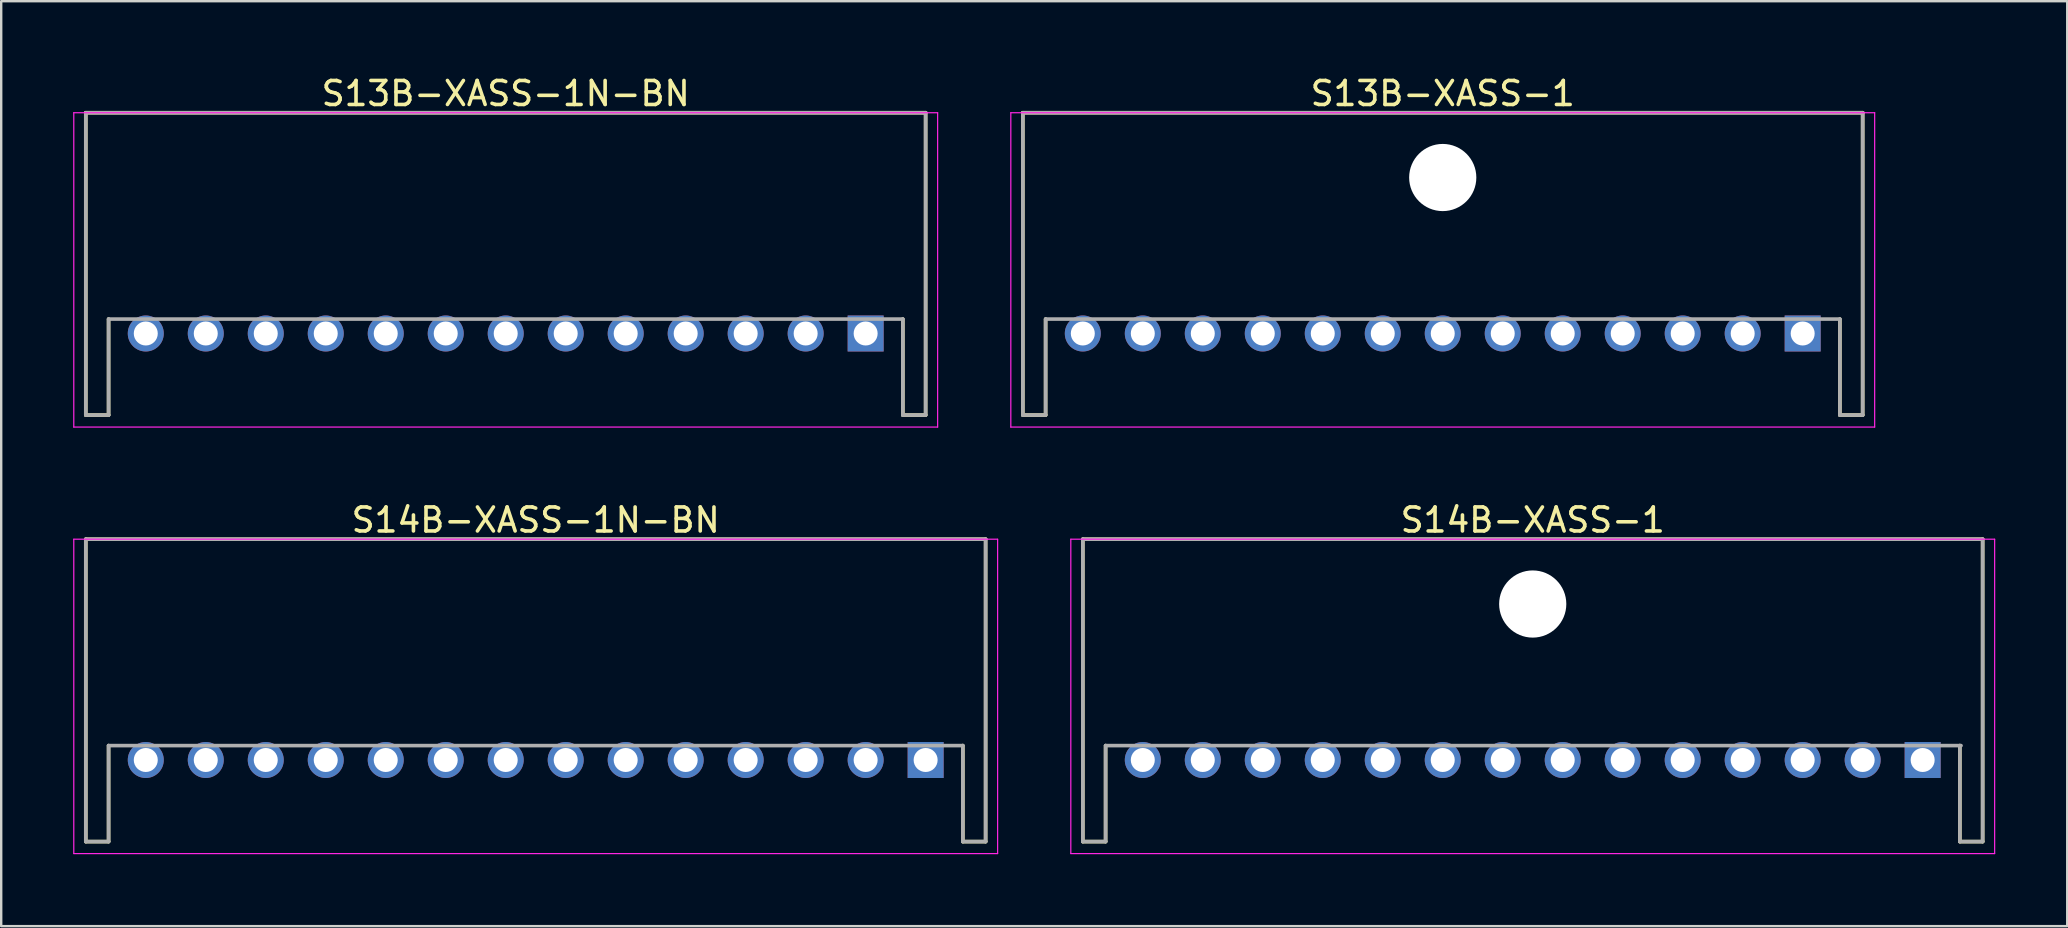
<source format=kicad_pcb>
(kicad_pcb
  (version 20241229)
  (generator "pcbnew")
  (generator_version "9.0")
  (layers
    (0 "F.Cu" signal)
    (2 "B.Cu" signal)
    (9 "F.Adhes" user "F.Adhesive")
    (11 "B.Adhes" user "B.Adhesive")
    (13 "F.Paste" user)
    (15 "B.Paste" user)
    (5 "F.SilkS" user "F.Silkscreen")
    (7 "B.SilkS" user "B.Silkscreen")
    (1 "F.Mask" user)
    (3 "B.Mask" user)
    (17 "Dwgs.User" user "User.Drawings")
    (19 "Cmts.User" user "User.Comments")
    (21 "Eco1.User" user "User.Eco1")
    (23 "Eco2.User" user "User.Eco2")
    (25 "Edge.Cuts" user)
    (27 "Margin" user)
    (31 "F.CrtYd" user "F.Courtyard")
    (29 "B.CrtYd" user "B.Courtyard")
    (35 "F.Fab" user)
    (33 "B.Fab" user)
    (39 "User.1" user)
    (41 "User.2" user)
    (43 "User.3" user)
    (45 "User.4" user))
  (footprint "S14B-XASS-1N-BN"
    (layer "F.Cu")
    (at 19.275 28.622)
    (property "Reference" "S14B-XASS-1N-BN" (at 0 -10 0) (layer "F.SilkS") (effects (font (size 1 1) (thickness 0.15))))
    (attr smd)
    (fp_line (start -18.75 -9.2) (end -18.75 3.4) (stroke (width 0.15) (type solid)) (layer "F.SilkS"))
    (fp_line (start -18.75 -9.2) (end 18.75 -9.2) (stroke (width 0.15) (type solid)) (layer "F.SilkS"))
    (fp_line (start -18.75 3.4) (end -17.8 3.4) (stroke (width 0.15) (type solid)) (layer "F.SilkS"))
    (fp_line (start -17.8 -0.6) (end -17.8 3.4) (stroke (width 0.15) (type solid)) (layer "F.SilkS"))
    (fp_line (start 17.8 -0.6) (end 17.8 3.4) (stroke (width 0.15) (type solid)) (layer "F.SilkS"))
    (fp_line (start 17.8 3.4) (end 18.75 3.4) (stroke (width 0.15) (type solid)) (layer "F.SilkS"))
    (fp_line (start 18.75 -9.2) (end 18.75 3.4) (stroke (width 0.15) (type solid)) (layer "F.SilkS"))
    (fp_line (start -19.25 -9.2) (end -19.25 3.9) (stroke (width 0.05) (type solid)) (layer "F.CrtYd"))
    (fp_line (start -19.25 -9.2) (end 19.25 -9.2) (stroke (width 0.05) (type solid)) (layer "F.CrtYd"))
    (fp_line (start -19.25 3.9) (end 19.25 3.9) (stroke (width 0.05) (type solid)) (layer "F.CrtYd"))
    (fp_line (start 19.25 -9.2) (end 19.25 3.9) (stroke (width 0.05) (type solid)) (layer "F.CrtYd"))
    (fp_line (start -18.75 -9.2) (end -18.75 3.4) (stroke (width 0.15) (type solid)) (layer "F.Fab"))
    (fp_line (start -18.75 -9.2) (end 18.75 -9.2) (stroke (width 0.15) (type solid)) (layer "F.Fab"))
    (fp_line (start -18.75 3.4) (end -17.8 3.4) (stroke (width 0.15) (type solid)) (layer "F.Fab"))
    (fp_line (start -17.8 -0.6) (end -17.8 3.4) (stroke (width 0.15) (type solid)) (layer "F.Fab"))
    (fp_line (start -17.8 -0.6) (end 17.8 -0.6) (stroke (width 0.15) (type solid)) (layer "F.Fab"))
    (fp_line (start 17.8 -0.6) (end 17.8 3.4) (stroke (width 0.15) (type solid)) (layer "F.Fab"))
    (fp_line (start 17.8 3.4) (end 18.75 3.4) (stroke (width 0.15) (type solid)) (layer "F.Fab"))
    (fp_line (start 18.75 -9.2) (end 18.75 3.4) (stroke (width 0.15) (type solid)) (layer "F.Fab"))
    (pad "1" thru_hole rect (at 16.25 0 180) (size 1.5 1.5) (drill 1) (layers "*.Cu" "*.Mask"))
    (pad "2" thru_hole circle (at 13.75 0 180) (size 1.5 1.5) (drill 1) (layers "*.Cu" "*.Mask"))
    (pad "3" thru_hole circle (at 11.25 0 180) (size 1.5 1.5) (drill 1) (layers "*.Cu" "*.Mask"))
    (pad "4" thru_hole circle (at 8.75 0 180) (size 1.5 1.5) (drill 1) (layers "*.Cu" "*.Mask"))
    (pad "5" thru_hole circle (at 6.25 0 180) (size 1.5 1.5) (drill 1) (layers "*.Cu" "*.Mask"))
    (pad "6" thru_hole circle (at 3.75 0 180) (size 1.5 1.5) (drill 1) (layers "*.Cu" "*.Mask"))
    (pad "7" thru_hole circle (at 1.25 0 180) (size 1.5 1.5) (drill 1) (layers "*.Cu" "*.Mask"))
    (pad "8" thru_hole circle (at -1.25 0 180) (size 1.5 1.5) (drill 1) (layers "*.Cu" "*.Mask"))
    (pad "9" thru_hole circle (at -3.75 0 180) (size 1.5 1.5) (drill 1) (layers "*.Cu" "*.Mask"))
    (pad "10" thru_hole circle (at -6.25 0 180) (size 1.5 1.5) (drill 1) (layers "*.Cu" "*.Mask"))
    (pad "11" thru_hole circle (at -8.75 0 180) (size 1.5 1.5) (drill 1) (layers "*.Cu" "*.Mask"))
    (pad "12" thru_hole circle (at -11.25 0 180) (size 1.5 1.5) (drill 1) (layers "*.Cu" "*.Mask"))
    (pad "13" thru_hole circle (at -13.75 0 180) (size 1.5 1.5) (drill 1) (layers "*.Cu" "*.Mask"))
    (pad "14" thru_hole circle (at -16.25 0 180) (size 1.5 1.5) (drill 1) (layers "*.Cu" "*.Mask")))
  (footprint "S14B-XASS-1"
    (layer "F.Cu")
    (at 60.825 28.622)
    (property "Reference" "S14B-XASS-1" (at 0 -10 0) (layer "F.SilkS") (effects (font (size 1 1) (thickness 0.15))))
    (attr smd)
    (fp_line (start -18.75 -9.2) (end -18.75 3.4) (stroke (width 0.15) (type solid)) (layer "F.SilkS"))
    (fp_line (start -18.75 -9.2) (end 18.75 -9.2) (stroke (width 0.15) (type solid)) (layer "F.SilkS"))
    (fp_line (start -18.75 3.4) (end -17.8 3.4) (stroke (width 0.15) (type solid)) (layer "F.SilkS"))
    (fp_line (start -17.8 -0.6) (end -17.8 3.4) (stroke (width 0.15) (type solid)) (layer "F.SilkS"))
    (fp_line (start 17.8 -0.6) (end 17.8 3.4) (stroke (width 0.15) (type solid)) (layer "F.SilkS"))
    (fp_line (start 17.8 3.4) (end 18.75 3.4) (stroke (width 0.15) (type solid)) (layer "F.SilkS"))
    (fp_line (start 18.75 -9.2) (end 18.75 3.4) (stroke (width 0.15) (type solid)) (layer "F.SilkS"))
    (fp_line (start -19.25 -9.2) (end -19.25 3.9) (stroke (width 0.05) (type solid)) (layer "F.CrtYd"))
    (fp_line (start -19.25 -9.2) (end 19.25 -9.2) (stroke (width 0.05) (type solid)) (layer "F.CrtYd"))
    (fp_line (start -19.25 3.9) (end 19.25 3.9) (stroke (width 0.05) (type solid)) (layer "F.CrtYd"))
    (fp_line (start 19.25 -9.2) (end 19.25 3.9) (stroke (width 0.05) (type solid)) (layer "F.CrtYd"))
    (fp_line (start -18.75 -9.2) (end -18.75 3.4) (stroke (width 0.15) (type solid)) (layer "F.Fab"))
    (fp_line (start -18.75 -9.2) (end 18.75 -9.2) (stroke (width 0.15) (type solid)) (layer "F.Fab"))
    (fp_line (start -18.75 3.4) (end -17.8 3.4) (stroke (width 0.15) (type solid)) (layer "F.Fab"))
    (fp_line (start -17.8 -0.6) (end -17.8 3.4) (stroke (width 0.15) (type solid)) (layer "F.Fab"))
    (fp_line (start -17.8 -0.6) (end 17.85 -0.6) (stroke (width 0.15) (type solid)) (layer "F.Fab"))
    (fp_line (start 17.8 -0.6) (end 17.8 3.4) (stroke (width 0.15) (type solid)) (layer "F.Fab"))
    (fp_line (start 17.8 3.4) (end 18.75 3.4) (stroke (width 0.15) (type solid)) (layer "F.Fab"))
    (fp_line (start 18.75 -9.2) (end 18.75 3.4) (stroke (width 0.15) (type solid)) (layer "F.Fab"))
    (pad "" np_thru_hole circle (at 0 -6.5) (size 2.8 2.8) (drill 2.8) (layers "*.Cu" "*.Mask"))
    (pad "1" thru_hole rect (at 16.25 0 180) (size 1.5 1.5) (drill 1) (layers "*.Cu" "*.Mask"))
    (pad "2" thru_hole circle (at 13.75 0 180) (size 1.5 1.5) (drill 1) (layers "*.Cu" "*.Mask"))
    (pad "3" thru_hole circle (at 11.25 0 180) (size 1.5 1.5) (drill 1) (layers "*.Cu" "*.Mask"))
    (pad "4" thru_hole circle (at 8.75 0 180) (size 1.5 1.5) (drill 1) (layers "*.Cu" "*.Mask"))
    (pad "5" thru_hole circle (at 6.25 0 180) (size 1.5 1.5) (drill 1) (layers "*.Cu" "*.Mask"))
    (pad "6" thru_hole circle (at 3.75 0 180) (size 1.5 1.5) (drill 1) (layers "*.Cu" "*.Mask"))
    (pad "7" thru_hole circle (at 1.25 0 180) (size 1.5 1.5) (drill 1) (layers "*.Cu" "*.Mask"))
    (pad "8" thru_hole circle (at -1.25 0 180) (size 1.5 1.5) (drill 1) (layers "*.Cu" "*.Mask"))
    (pad "9" thru_hole circle (at -3.75 0 180) (size 1.5 1.5) (drill 1) (layers "*.Cu" "*.Mask"))
    (pad "10" thru_hole circle (at -6.25 0 180) (size 1.5 1.5) (drill 1) (layers "*.Cu" "*.Mask"))
    (pad "11" thru_hole circle (at -8.75 0 180) (size 1.5 1.5) (drill 1) (layers "*.Cu" "*.Mask"))
    (pad "12" thru_hole circle (at -11.25 0 180) (size 1.5 1.5) (drill 1) (layers "*.Cu" "*.Mask"))
    (pad "13" thru_hole circle (at -13.75 0 180) (size 1.5 1.5) (drill 1) (layers "*.Cu" "*.Mask"))
    (pad "14" thru_hole circle (at -16.25 0 180) (size 1.5 1.5) (drill 1) (layers "*.Cu" "*.Mask")))
  (footprint "S13B-XASS-1"
    (layer "F.Cu")
    (at 57.075 10.848)
    (property "Reference" "S13B-XASS-1" (at 0 -10 0) (layer "F.SilkS") (effects (font (size 1 1) (thickness 0.15))))
    (attr smd)
    (fp_line (start -17.5 -9.2) (end -17.5 3.4) (stroke (width 0.15) (type solid)) (layer "F.SilkS"))
    (fp_line (start -17.5 -9.2) (end 17.5 -9.2) (stroke (width 0.15) (type solid)) (layer "F.SilkS"))
    (fp_line (start -17.5 3.4) (end -16.55 3.4) (stroke (width 0.15) (type solid)) (layer "F.SilkS"))
    (fp_line (start -16.55 -0.6) (end -16.55 3.4) (stroke (width 0.15) (type solid)) (layer "F.SilkS"))
    (fp_line (start 16.55 -0.6) (end 16.55 3.4) (stroke (width 0.15) (type solid)) (layer "F.SilkS"))
    (fp_line (start 16.55 3.4) (end 17.5 3.4) (stroke (width 0.15) (type solid)) (layer "F.SilkS"))
    (fp_line (start 17.5 -9.2) (end 17.5 3.4) (stroke (width 0.15) (type solid)) (layer "F.SilkS"))
    (fp_line (start -18 -9.2) (end -18 3.9) (stroke (width 0.05) (type solid)) (layer "F.CrtYd"))
    (fp_line (start -18 -9.2) (end 18 -9.2) (stroke (width 0.05) (type solid)) (layer "F.CrtYd"))
    (fp_line (start -18 3.9) (end 18 3.9) (stroke (width 0.05) (type solid)) (layer "F.CrtYd"))
    (fp_line (start 18 -9.2) (end 18 3.9) (stroke (width 0.05) (type solid)) (layer "F.CrtYd"))
    (fp_line (start -17.5 -9.2) (end -17.5 3.4) (stroke (width 0.15) (type solid)) (layer "F.Fab"))
    (fp_line (start -17.5 -9.2) (end 17.5 -9.2) (stroke (width 0.15) (type solid)) (layer "F.Fab"))
    (fp_line (start -17.5 3.4) (end -16.55 3.4) (stroke (width 0.15) (type solid)) (layer "F.Fab"))
    (fp_line (start -16.55 -0.6) (end -16.55 3.4) (stroke (width 0.15) (type solid)) (layer "F.Fab"))
    (fp_line (start -16.55 -0.6) (end 16.55 -0.6) (stroke (width 0.15) (type solid)) (layer "F.Fab"))
    (fp_line (start 16.55 -0.6) (end 16.55 3.4) (stroke (width 0.15) (type solid)) (layer "F.Fab"))
    (fp_line (start 16.55 3.4) (end 17.5 3.4) (stroke (width 0.15) (type solid)) (layer "F.Fab"))
    (fp_line (start 17.5 -9.2) (end 17.5 3.4) (stroke (width 0.15) (type solid)) (layer "F.Fab"))
    (pad "" np_thru_hole circle (at 0 -6.5) (size 2.8 2.8) (drill 2.8) (layers "*.Cu" "*.Mask"))
    (pad "1" thru_hole rect (at 15 0 180) (size 1.5 1.5) (drill 1) (layers "*.Cu" "*.Mask"))
    (pad "2" thru_hole circle (at 12.5 0 180) (size 1.5 1.5) (drill 1) (layers "*.Cu" "*.Mask"))
    (pad "3" thru_hole circle (at 10 0 180) (size 1.5 1.5) (drill 1) (layers "*.Cu" "*.Mask"))
    (pad "4" thru_hole circle (at 7.5 0 180) (size 1.5 1.5) (drill 1) (layers "*.Cu" "*.Mask"))
    (pad "5" thru_hole circle (at 5 0 180) (size 1.5 1.5) (drill 1) (layers "*.Cu" "*.Mask"))
    (pad "6" thru_hole circle (at 2.5 0 180) (size 1.5 1.5) (drill 1) (layers "*.Cu" "*.Mask"))
    (pad "7" thru_hole circle (at 0 0 180) (size 1.5 1.5) (drill 1) (layers "*.Cu" "*.Mask"))
    (pad "8" thru_hole circle (at -2.5 0 180) (size 1.5 1.5) (drill 1) (layers "*.Cu" "*.Mask"))
    (pad "9" thru_hole circle (at -5 0 180) (size 1.5 1.5) (drill 1) (layers "*.Cu" "*.Mask"))
    (pad "10" thru_hole circle (at -7.5 0 180) (size 1.5 1.5) (drill 1) (layers "*.Cu" "*.Mask"))
    (pad "11" thru_hole circle (at -10 0 180) (size 1.5 1.5) (drill 1) (layers "*.Cu" "*.Mask"))
    (pad "12" thru_hole circle (at -12.5 0 180) (size 1.5 1.5) (drill 1) (layers "*.Cu" "*.Mask"))
    (pad "13" thru_hole circle (at -15 0 180) (size 1.5 1.5) (drill 1) (layers "*.Cu" "*.Mask")))
  (footprint "S13B-XASS-1N-BN"
    (layer "F.Cu")
    (at 18.025 10.848)
    (property "Reference" "S13B-XASS-1N-BN" (at 0 -10 0) (layer "F.SilkS") (effects (font (size 1 1) (thickness 0.15))))
    (attr smd)
    (fp_line (start -17.5 -9.2) (end -17.5 3.4) (stroke (width 0.15) (type solid)) (layer "F.SilkS"))
    (fp_line (start -17.5 -9.2) (end 17.5 -9.2) (stroke (width 0.15) (type solid)) (layer "F.SilkS"))
    (fp_line (start -17.5 3.4) (end -16.55 3.4) (stroke (width 0.15) (type solid)) (layer "F.SilkS"))
    (fp_line (start -16.55 -0.6) (end -16.55 3.4) (stroke (width 0.15) (type solid)) (layer "F.SilkS"))
    (fp_line (start 16.55 -0.6) (end 16.55 3.4) (stroke (width 0.15) (type solid)) (layer "F.SilkS"))
    (fp_line (start 16.55 3.4) (end 17.5 3.4) (stroke (width 0.15) (type solid)) (layer "F.SilkS"))
    (fp_line (start 17.5 -9.2) (end 17.5 3.4) (stroke (width 0.15) (type solid)) (layer "F.SilkS"))
    (fp_line (start -18 -9.2) (end -18 3.9) (stroke (width 0.05) (type solid)) (layer "F.CrtYd"))
    (fp_line (start -18 -9.2) (end 18 -9.2) (stroke (width 0.05) (type solid)) (layer "F.CrtYd"))
    (fp_line (start -18 3.9) (end 18 3.9) (stroke (width 0.05) (type solid)) (layer "F.CrtYd"))
    (fp_line (start 18 -9.2) (end 18 3.9) (stroke (width 0.05) (type solid)) (layer "F.CrtYd"))
    (fp_line (start -17.5 -9.2) (end -17.5 3.4) (stroke (width 0.15) (type solid)) (layer "F.Fab"))
    (fp_line (start -17.5 -9.2) (end 17.5 -9.2) (stroke (width 0.15) (type solid)) (layer "F.Fab"))
    (fp_line (start -17.5 3.4) (end -16.55 3.4) (stroke (width 0.15) (type solid)) (layer "F.Fab"))
    (fp_line (start -16.55 -0.6) (end -16.55 3.4) (stroke (width 0.15) (type solid)) (layer "F.Fab"))
    (fp_line (start -16.55 -0.6) (end 16.55 -0.6) (stroke (width 0.15) (type solid)) (layer "F.Fab"))
    (fp_line (start 16.55 -0.6) (end 16.55 3.4) (stroke (width 0.15) (type solid)) (layer "F.Fab"))
    (fp_line (start 16.55 3.4) (end 17.5 3.4) (stroke (width 0.15) (type solid)) (layer "F.Fab"))
    (fp_line (start 17.5 -9.2) (end 17.5 3.4) (stroke (width 0.15) (type solid)) (layer "F.Fab"))
    (pad "1" thru_hole rect (at 15 0 180) (size 1.5 1.5) (drill 1) (layers "*.Cu" "*.Mask"))
    (pad "2" thru_hole circle (at 12.5 0 180) (size 1.5 1.5) (drill 1) (layers "*.Cu" "*.Mask"))
    (pad "3" thru_hole circle (at 10 0 180) (size 1.5 1.5) (drill 1) (layers "*.Cu" "*.Mask"))
    (pad "4" thru_hole circle (at 7.5 0 180) (size 1.5 1.5) (drill 1) (layers "*.Cu" "*.Mask"))
    (pad "5" thru_hole circle (at 5 0 180) (size 1.5 1.5) (drill 1) (layers "*.Cu" "*.Mask"))
    (pad "6" thru_hole circle (at 2.5 0 180) (size 1.5 1.5) (drill 1) (layers "*.Cu" "*.Mask"))
    (pad "7" thru_hole circle (at 0 0 180) (size 1.5 1.5) (drill 1) (layers "*.Cu" "*.Mask"))
    (pad "8" thru_hole circle (at -2.5 0 180) (size 1.5 1.5) (drill 1) (layers "*.Cu" "*.Mask"))
    (pad "9" thru_hole circle (at -5 0 180) (size 1.5 1.5) (drill 1) (layers "*.Cu" "*.Mask"))
    (pad "10" thru_hole circle (at -7.5 0 180) (size 1.5 1.5) (drill 1) (layers "*.Cu" "*.Mask"))
    (pad "11" thru_hole circle (at -10 0 180) (size 1.5 1.5) (drill 1) (layers "*.Cu" "*.Mask"))
    (pad "12" thru_hole circle (at -12.5 0 180) (size 1.5 1.5) (drill 1) (layers "*.Cu" "*.Mask"))
    (pad "13" thru_hole circle (at -15 0 180) (size 1.5 1.5) (drill 1) (layers "*.Cu" "*.Mask")))
  (gr_rect
    (start -3 -3)
    (end 83.1 35.547)
    (stroke (width 0.1) (type default))
    (fill no)
    (layer "Edge.Cuts")))
</source>
